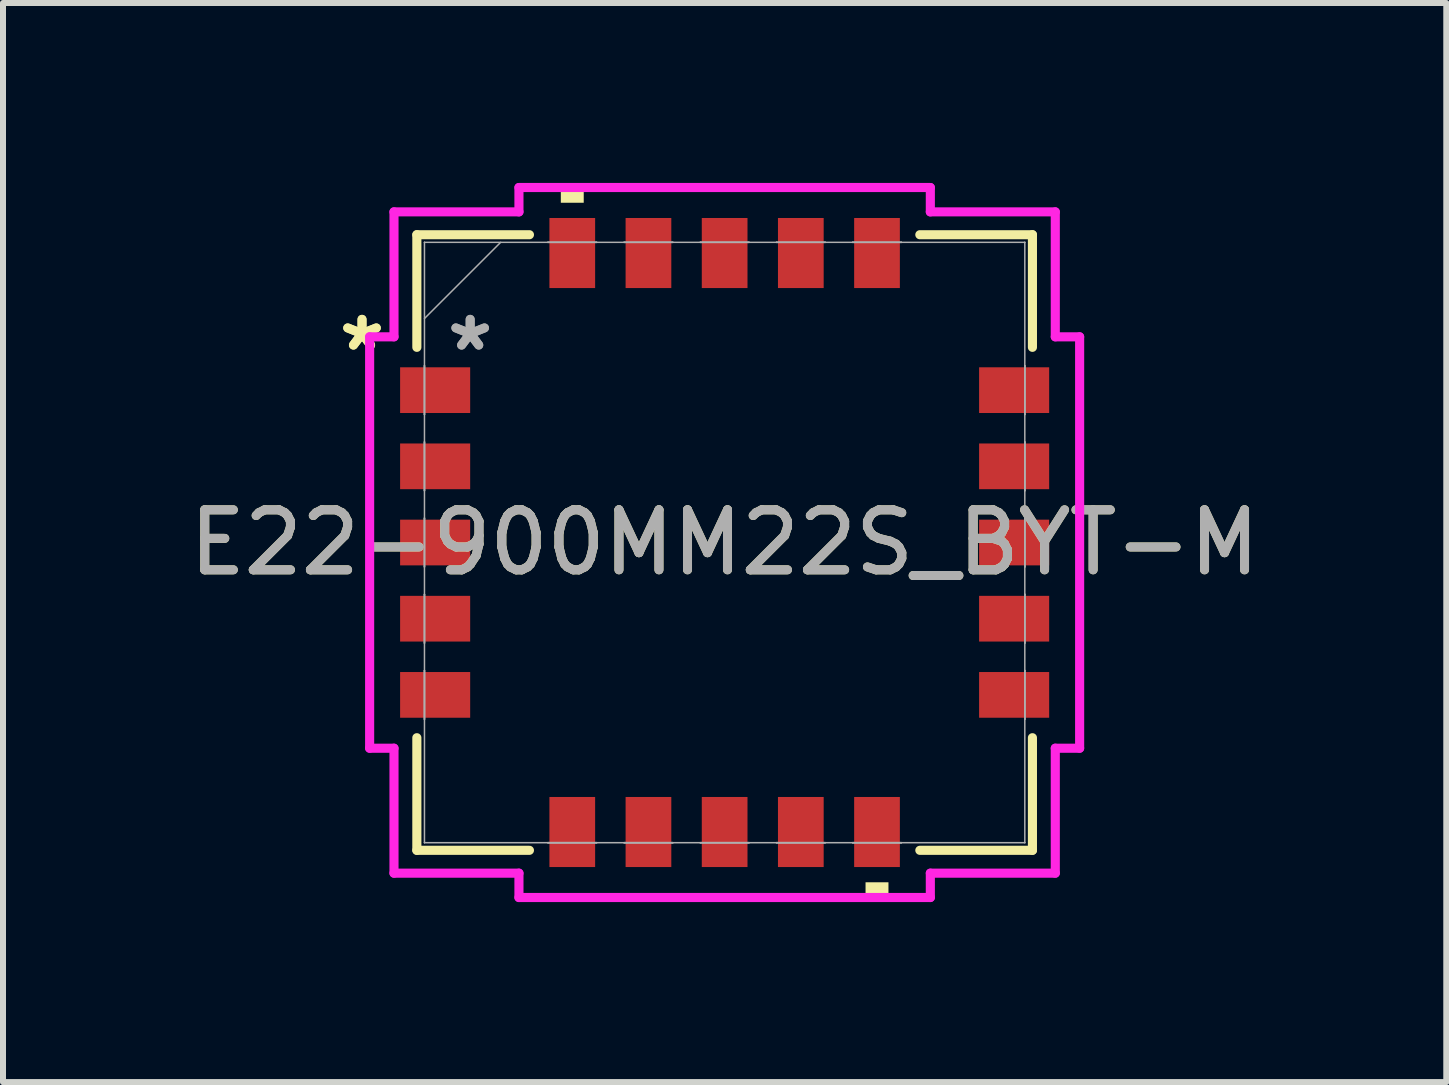
<source format=kicad_pcb>
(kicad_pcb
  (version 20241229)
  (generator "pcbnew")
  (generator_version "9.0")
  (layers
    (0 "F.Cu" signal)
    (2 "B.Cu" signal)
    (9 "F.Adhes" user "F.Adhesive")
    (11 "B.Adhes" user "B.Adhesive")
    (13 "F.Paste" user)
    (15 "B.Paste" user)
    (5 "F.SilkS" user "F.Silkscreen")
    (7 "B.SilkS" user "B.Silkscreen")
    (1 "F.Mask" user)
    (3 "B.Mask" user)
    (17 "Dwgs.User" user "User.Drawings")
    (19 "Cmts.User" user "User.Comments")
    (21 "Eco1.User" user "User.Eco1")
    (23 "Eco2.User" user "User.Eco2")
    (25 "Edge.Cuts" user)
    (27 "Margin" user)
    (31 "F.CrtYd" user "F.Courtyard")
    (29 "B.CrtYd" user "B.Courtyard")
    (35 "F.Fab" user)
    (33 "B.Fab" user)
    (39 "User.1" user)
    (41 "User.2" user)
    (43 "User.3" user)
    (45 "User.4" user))
  (footprint "E22-900MM22S_BYT-M"
    (layer "F.Cu")
    (at 9.03 5.994)
    (property "Reference" "E22-900MM22S_BYT-M" (at 0 0 0) (unlocked yes) (layer "F.SilkS") (effects (font (size 1 1) (thickness 0.15))))
    (attr smd)
    (fp_line (start -5.131 -5.131) (end -5.131 -3.254) (stroke (width 0.152) (type solid)) (layer "F.SilkS"))
    (fp_line (start -5.131 3.254) (end -5.131 5.131) (stroke (width 0.152) (type solid)) (layer "F.SilkS"))
    (fp_line (start -5.131 5.131) (end -3.254 5.131) (stroke (width 0.152) (type solid)) (layer "F.SilkS"))
    (fp_line (start -3.254 -5.131) (end -5.131 -5.131) (stroke (width 0.152) (type solid)) (layer "F.SilkS"))
    (fp_line (start 3.254 5.131) (end 5.131 5.131) (stroke (width 0.152) (type solid)) (layer "F.SilkS"))
    (fp_line (start 5.131 -5.131) (end 3.254 -5.131) (stroke (width 0.152) (type solid)) (layer "F.SilkS"))
    (fp_line (start 5.131 -3.254) (end 5.131 -5.131) (stroke (width 0.152) (type solid)) (layer "F.SilkS"))
    (fp_line (start 5.131 5.131) (end 5.131 3.254) (stroke (width 0.152) (type solid)) (layer "F.SilkS"))
    (fp_poly (pts (xy -2.731 -5.664) (xy -2.731 -5.918) (xy -2.349 -5.918) (xy -2.349 -5.664)) (stroke (width 0) (type solid)) (fill yes) (layer "F.SilkS"))
    (fp_poly (pts (xy 2.349 5.664) (xy 2.349 5.918) (xy 2.731 5.918) (xy 2.731 5.664)) (stroke (width 0) (type solid)) (fill yes) (layer "F.SilkS"))
    (fp_line (start -5.918 -3.429) (end -5.512 -3.429) (stroke (width 0.152) (type solid)) (layer "F.CrtYd"))
    (fp_line (start -5.918 3.429) (end -5.918 -3.429) (stroke (width 0.152) (type solid)) (layer "F.CrtYd"))
    (fp_line (start -5.512 -5.512) (end -3.429 -5.512) (stroke (width 0.152) (type solid)) (layer "F.CrtYd"))
    (fp_line (start -5.512 -3.429) (end -5.512 -5.512) (stroke (width 0.152) (type solid)) (layer "F.CrtYd"))
    (fp_line (start -5.512 3.429) (end -5.918 3.429) (stroke (width 0.152) (type solid)) (layer "F.CrtYd"))
    (fp_line (start -5.512 5.512) (end -5.512 3.429) (stroke (width 0.152) (type solid)) (layer "F.CrtYd"))
    (fp_line (start -3.429 -5.918) (end 3.429 -5.918) (stroke (width 0.152) (type solid)) (layer "F.CrtYd"))
    (fp_line (start -3.429 -5.512) (end -3.429 -5.918) (stroke (width 0.152) (type solid)) (layer "F.CrtYd"))
    (fp_line (start -3.429 5.512) (end -5.512 5.512) (stroke (width 0.152) (type solid)) (layer "F.CrtYd"))
    (fp_line (start -3.429 5.918) (end -3.429 5.512) (stroke (width 0.152) (type solid)) (layer "F.CrtYd"))
    (fp_line (start 3.429 -5.918) (end 3.429 -5.512) (stroke (width 0.152) (type solid)) (layer "F.CrtYd"))
    (fp_line (start 3.429 -5.512) (end 5.512 -5.512) (stroke (width 0.152) (type solid)) (layer "F.CrtYd"))
    (fp_line (start 3.429 5.512) (end 3.429 5.918) (stroke (width 0.152) (type solid)) (layer "F.CrtYd"))
    (fp_line (start 3.429 5.918) (end -3.429 5.918) (stroke (width 0.152) (type solid)) (layer "F.CrtYd"))
    (fp_line (start 5.512 -5.512) (end 5.512 -3.429) (stroke (width 0.152) (type solid)) (layer "F.CrtYd"))
    (fp_line (start 5.512 -3.429) (end 5.918 -3.429) (stroke (width 0.152) (type solid)) (layer "F.CrtYd"))
    (fp_line (start 5.512 3.429) (end 5.512 5.512) (stroke (width 0.152) (type solid)) (layer "F.CrtYd"))
    (fp_line (start 5.512 5.512) (end 3.429 5.512) (stroke (width 0.152) (type solid)) (layer "F.CrtYd"))
    (fp_line (start 5.918 -3.429) (end 5.918 3.429) (stroke (width 0.152) (type solid)) (layer "F.CrtYd"))
    (fp_line (start 5.918 3.429) (end 5.512 3.429) (stroke (width 0.152) (type solid)) (layer "F.CrtYd"))
    (fp_line (start -5.004 -5.004) (end -5.004 -5.004) (stroke (width 0.025) (type solid)) (layer "F.Fab"))
    (fp_line (start -5.004 -5.004) (end -5.004 5.004) (stroke (width 0.025) (type solid)) (layer "F.Fab"))
    (fp_line (start -5.004 -3.734) (end -3.734 -5.004) (stroke (width 0.025) (type solid)) (layer "F.Fab"))
    (fp_line (start -5.004 -2.946) (end -5.004 -2.946) (stroke (width 0.025) (type solid)) (layer "F.Fab"))
    (fp_line (start -5.004 -2.946) (end -5.004 -2.134) (stroke (width 0.025) (type solid)) (layer "F.Fab"))
    (fp_line (start -5.004 -2.134) (end -5.004 -2.946) (stroke (width 0.025) (type solid)) (layer "F.Fab"))
    (fp_line (start -5.004 -2.134) (end -5.004 -2.134) (stroke (width 0.025) (type solid)) (layer "F.Fab"))
    (fp_line (start -5.004 -1.676) (end -5.004 -1.676) (stroke (width 0.025) (type solid)) (layer "F.Fab"))
    (fp_line (start -5.004 -1.676) (end -5.004 -0.864) (stroke (width 0.025) (type solid)) (layer "F.Fab"))
    (fp_line (start -5.004 -0.864) (end -5.004 -1.676) (stroke (width 0.025) (type solid)) (layer "F.Fab"))
    (fp_line (start -5.004 -0.864) (end -5.004 -0.864) (stroke (width 0.025) (type solid)) (layer "F.Fab"))
    (fp_line (start -5.004 -0.406) (end -5.004 -0.406) (stroke (width 0.025) (type solid)) (layer "F.Fab"))
    (fp_line (start -5.004 -0.406) (end -5.004 0.406) (stroke (width 0.025) (type solid)) (layer "F.Fab"))
    (fp_line (start -5.004 0.406) (end -5.004 -0.406) (stroke (width 0.025) (type solid)) (layer "F.Fab"))
    (fp_line (start -5.004 0.406) (end -5.004 0.406) (stroke (width 0.025) (type solid)) (layer "F.Fab"))
    (fp_line (start -5.004 0.864) (end -5.004 0.864) (stroke (width 0.025) (type solid)) (layer "F.Fab"))
    (fp_line (start -5.004 0.864) (end -5.004 1.676) (stroke (width 0.025) (type solid)) (layer "F.Fab"))
    (fp_line (start -5.004 1.676) (end -5.004 0.864) (stroke (width 0.025) (type solid)) (layer "F.Fab"))
    (fp_line (start -5.004 1.676) (end -5.004 1.676) (stroke (width 0.025) (type solid)) (layer "F.Fab"))
    (fp_line (start -5.004 2.134) (end -5.004 2.134) (stroke (width 0.025) (type solid)) (layer "F.Fab"))
    (fp_line (start -5.004 2.134) (end -5.004 2.946) (stroke (width 0.025) (type solid)) (layer "F.Fab"))
    (fp_line (start -5.004 2.946) (end -5.004 2.134) (stroke (width 0.025) (type solid)) (layer "F.Fab"))
    (fp_line (start -5.004 2.946) (end -5.004 2.946) (stroke (width 0.025) (type solid)) (layer "F.Fab"))
    (fp_line (start -5.004 5.004) (end -5.004 5.004) (stroke (width 0.025) (type solid)) (layer "F.Fab"))
    (fp_line (start -5.004 5.004) (end 5.004 5.004) (stroke (width 0.025) (type solid)) (layer "F.Fab"))
    (fp_line (start -2.946 -5.004) (end -2.946 -5.004) (stroke (width 0.025) (type solid)) (layer "F.Fab"))
    (fp_line (start -2.946 -5.004) (end -2.134 -5.004) (stroke (width 0.025) (type solid)) (layer "F.Fab"))
    (fp_line (start -2.946 5.004) (end -2.946 5.004) (stroke (width 0.025) (type solid)) (layer "F.Fab"))
    (fp_line (start -2.946 5.004) (end -2.134 5.004) (stroke (width 0.025) (type solid)) (layer "F.Fab"))
    (fp_line (start -2.134 -5.004) (end -2.946 -5.004) (stroke (width 0.025) (type solid)) (layer "F.Fab"))
    (fp_line (start -2.134 -5.004) (end -2.134 -5.004) (stroke (width 0.025) (type solid)) (layer "F.Fab"))
    (fp_line (start -2.134 5.004) (end -2.946 5.004) (stroke (width 0.025) (type solid)) (layer "F.Fab"))
    (fp_line (start -2.134 5.004) (end -2.134 5.004) (stroke (width 0.025) (type solid)) (layer "F.Fab"))
    (fp_line (start -1.676 -5.004) (end -1.676 -5.004) (stroke (width 0.025) (type solid)) (layer "F.Fab"))
    (fp_line (start -1.676 -5.004) (end -0.864 -5.004) (stroke (width 0.025) (type solid)) (layer "F.Fab"))
    (fp_line (start -1.676 5.004) (end -1.676 5.004) (stroke (width 0.025) (type solid)) (layer "F.Fab"))
    (fp_line (start -1.676 5.004) (end -0.864 5.004) (stroke (width 0.025) (type solid)) (layer "F.Fab"))
    (fp_line (start -0.864 -5.004) (end -1.676 -5.004) (stroke (width 0.025) (type solid)) (layer "F.Fab"))
    (fp_line (start -0.864 -5.004) (end -0.864 -5.004) (stroke (width 0.025) (type solid)) (layer "F.Fab"))
    (fp_line (start -0.864 5.004) (end -1.676 5.004) (stroke (width 0.025) (type solid)) (layer "F.Fab"))
    (fp_line (start -0.864 5.004) (end -0.864 5.004) (stroke (width 0.025) (type solid)) (layer "F.Fab"))
    (fp_line (start -0.406 -5.004) (end -0.406 -5.004) (stroke (width 0.025) (type solid)) (layer "F.Fab"))
    (fp_line (start -0.406 -5.004) (end 0.406 -5.004) (stroke (width 0.025) (type solid)) (layer "F.Fab"))
    (fp_line (start -0.406 5.004) (end -0.406 5.004) (stroke (width 0.025) (type solid)) (layer "F.Fab"))
    (fp_line (start -0.406 5.004) (end 0.406 5.004) (stroke (width 0.025) (type solid)) (layer "F.Fab"))
    (fp_line (start 0.406 -5.004) (end -0.406 -5.004) (stroke (width 0.025) (type solid)) (layer "F.Fab"))
    (fp_line (start 0.406 -5.004) (end 0.406 -5.004) (stroke (width 0.025) (type solid)) (layer "F.Fab"))
    (fp_line (start 0.406 5.004) (end -0.406 5.004) (stroke (width 0.025) (type solid)) (layer "F.Fab"))
    (fp_line (start 0.406 5.004) (end 0.406 5.004) (stroke (width 0.025) (type solid)) (layer "F.Fab"))
    (fp_line (start 0.864 -5.004) (end 0.864 -5.004) (stroke (width 0.025) (type solid)) (layer "F.Fab"))
    (fp_line (start 0.864 -5.004) (end 1.676 -5.004) (stroke (width 0.025) (type solid)) (layer "F.Fab"))
    (fp_line (start 0.864 5.004) (end 0.864 5.004) (stroke (width 0.025) (type solid)) (layer "F.Fab"))
    (fp_line (start 0.864 5.004) (end 1.676 5.004) (stroke (width 0.025) (type solid)) (layer "F.Fab"))
    (fp_line (start 1.676 -5.004) (end 0.864 -5.004) (stroke (width 0.025) (type solid)) (layer "F.Fab"))
    (fp_line (start 1.676 -5.004) (end 1.676 -5.004) (stroke (width 0.025) (type solid)) (layer "F.Fab"))
    (fp_line (start 1.676 5.004) (end 0.864 5.004) (stroke (width 0.025) (type solid)) (layer "F.Fab"))
    (fp_line (start 1.676 5.004) (end 1.676 5.004) (stroke (width 0.025) (type solid)) (layer "F.Fab"))
    (fp_line (start 2.134 -5.004) (end 2.134 -5.004) (stroke (width 0.025) (type solid)) (layer "F.Fab"))
    (fp_line (start 2.134 -5.004) (end 2.946 -5.004) (stroke (width 0.025) (type solid)) (layer "F.Fab"))
    (fp_line (start 2.134 5.004) (end 2.134 5.004) (stroke (width 0.025) (type solid)) (layer "F.Fab"))
    (fp_line (start 2.134 5.004) (end 2.946 5.004) (stroke (width 0.025) (type solid)) (layer "F.Fab"))
    (fp_line (start 2.946 -5.004) (end 2.134 -5.004) (stroke (width 0.025) (type solid)) (layer "F.Fab"))
    (fp_line (start 2.946 -5.004) (end 2.946 -5.004) (stroke (width 0.025) (type solid)) (layer "F.Fab"))
    (fp_line (start 2.946 5.004) (end 2.134 5.004) (stroke (width 0.025) (type solid)) (layer "F.Fab"))
    (fp_line (start 2.946 5.004) (end 2.946 5.004) (stroke (width 0.025) (type solid)) (layer "F.Fab"))
    (fp_line (start 5.004 -5.004) (end -5.004 -5.004) (stroke (width 0.025) (type solid)) (layer "F.Fab"))
    (fp_line (start 5.004 -5.004) (end 5.004 -5.004) (stroke (width 0.025) (type solid)) (layer "F.Fab"))
    (fp_line (start 5.004 -2.946) (end 5.004 -2.946) (stroke (width 0.025) (type solid)) (layer "F.Fab"))
    (fp_line (start 5.004 -2.946) (end 5.004 -2.134) (stroke (width 0.025) (type solid)) (layer "F.Fab"))
    (fp_line (start 5.004 -2.134) (end 5.004 -2.946) (stroke (width 0.025) (type solid)) (layer "F.Fab"))
    (fp_line (start 5.004 -2.134) (end 5.004 -2.134) (stroke (width 0.025) (type solid)) (layer "F.Fab"))
    (fp_line (start 5.004 -1.676) (end 5.004 -1.676) (stroke (width 0.025) (type solid)) (layer "F.Fab"))
    (fp_line (start 5.004 -1.676) (end 5.004 -0.864) (stroke (width 0.025) (type solid)) (layer "F.Fab"))
    (fp_line (start 5.004 -0.864) (end 5.004 -1.676) (stroke (width 0.025) (type solid)) (layer "F.Fab"))
    (fp_line (start 5.004 -0.864) (end 5.004 -0.864) (stroke (width 0.025) (type solid)) (layer "F.Fab"))
    (fp_line (start 5.004 -0.406) (end 5.004 -0.406) (stroke (width 0.025) (type solid)) (layer "F.Fab"))
    (fp_line (start 5.004 -0.406) (end 5.004 0.406) (stroke (width 0.025) (type solid)) (layer "F.Fab"))
    (fp_line (start 5.004 0.406) (end 5.004 -0.406) (stroke (width 0.025) (type solid)) (layer "F.Fab"))
    (fp_line (start 5.004 0.406) (end 5.004 0.406) (stroke (width 0.025) (type solid)) (layer "F.Fab"))
    (fp_line (start 5.004 0.864) (end 5.004 0.864) (stroke (width 0.025) (type solid)) (layer "F.Fab"))
    (fp_line (start 5.004 0.864) (end 5.004 1.676) (stroke (width 0.025) (type solid)) (layer "F.Fab"))
    (fp_line (start 5.004 1.676) (end 5.004 0.864) (stroke (width 0.025) (type solid)) (layer "F.Fab"))
    (fp_line (start 5.004 1.676) (end 5.004 1.676) (stroke (width 0.025) (type solid)) (layer "F.Fab"))
    (fp_line (start 5.004 2.134) (end 5.004 2.134) (stroke (width 0.025) (type solid)) (layer "F.Fab"))
    (fp_line (start 5.004 2.134) (end 5.004 2.946) (stroke (width 0.025) (type solid)) (layer "F.Fab"))
    (fp_line (start 5.004 2.946) (end 5.004 2.134) (stroke (width 0.025) (type solid)) (layer "F.Fab"))
    (fp_line (start 5.004 2.946) (end 5.004 2.946) (stroke (width 0.025) (type solid)) (layer "F.Fab"))
    (fp_line (start 5.004 5.004) (end 5.004 -5.004) (stroke (width 0.025) (type solid)) (layer "F.Fab"))
    (fp_line (start 5.004 5.004) (end 5.004 5.004) (stroke (width 0.025) (type solid)) (layer "F.Fab"))
    (fp_text user "*" (at -6.045 -3.175 0) (layer "F.SilkS") (effects (font (size 1 1) (thickness 0.15))))
    (fp_text user "*" (at -6.045 -3.175 0) (unlocked yes) (layer "F.SilkS") (effects (font (size 1 1) (thickness 0.15))))
    (fp_text user "${REFERENCE}" (at 0 0 0) (unlocked yes) (layer "F.Fab") (effects (font (size 1 1) (thickness 0.15))))
    (fp_text user "*" (at -4.242 -3.175 0) (layer "F.Fab") (effects (font (size 1 1) (thickness 0.15))))
    (fp_text user "*" (at -4.242 -3.175 0) (unlocked yes) (layer "F.Fab") (effects (font (size 1 1) (thickness 0.15))))
    (pad "1" smd rect (at -4.826 -2.54 90) (size 0.762 1.168) (layers "F.Cu" "F.Mask" "F.Paste"))
    (pad "2" smd rect (at -4.826 -1.27 90) (size 0.762 1.168) (layers "F.Cu" "F.Mask" "F.Paste"))
    (pad "3" smd rect (at -4.826 0 90) (size 0.762 1.168) (layers "F.Cu" "F.Mask" "F.Paste"))
    (pad "4" smd rect (at -4.826 1.27 90) (size 0.762 1.168) (layers "F.Cu" "F.Mask" "F.Paste"))
    (pad "5" smd rect (at -4.826 2.54 90) (size 0.762 1.168) (layers "F.Cu" "F.Mask" "F.Paste"))
    (pad "6" smd rect (at -2.54 4.826) (size 0.762 1.168) (layers "F.Cu" "F.Mask" "F.Paste"))
    (pad "7" smd rect (at -1.27 4.826) (size 0.762 1.168) (layers "F.Cu" "F.Mask" "F.Paste"))
    (pad "8" smd rect (at 0 4.826) (size 0.762 1.168) (layers "F.Cu" "F.Mask" "F.Paste"))
    (pad "9" smd rect (at 1.27 4.826) (size 0.762 1.168) (layers "F.Cu" "F.Mask" "F.Paste"))
    (pad "10" smd rect (at 2.54 4.826) (size 0.762 1.168) (layers "F.Cu" "F.Mask" "F.Paste"))
    (pad "11" smd rect (at 4.826 2.54 90) (size 0.762 1.168) (layers "F.Cu" "F.Mask" "F.Paste"))
    (pad "12" smd rect (at 4.826 1.27 90) (size 0.762 1.168) (layers "F.Cu" "F.Mask" "F.Paste"))
    (pad "13" smd rect (at 4.826 0 90) (size 0.762 1.168) (layers "F.Cu" "F.Mask" "F.Paste"))
    (pad "14" smd rect (at 4.826 -1.27 90) (size 0.762 1.168) (layers "F.Cu" "F.Mask" "F.Paste"))
    (pad "15" smd rect (at 4.826 -2.54 90) (size 0.762 1.168) (layers "F.Cu" "F.Mask" "F.Paste"))
    (pad "16" smd rect (at 2.54 -4.826) (size 0.762 1.168) (layers "F.Cu" "F.Mask" "F.Paste"))
    (pad "17" smd rect (at 1.27 -4.826) (size 0.762 1.168) (layers "F.Cu" "F.Mask" "F.Paste"))
    (pad "18" smd rect (at 0 -4.826) (size 0.762 1.168) (layers "F.Cu" "F.Mask" "F.Paste"))
    (pad "19" smd rect (at -1.27 -4.826) (size 0.762 1.168) (layers "F.Cu" "F.Mask" "F.Paste"))
    (pad "20" smd rect (at -2.54 -4.826) (size 0.762 1.168) (layers "F.Cu" "F.Mask" "F.Paste")))
  (gr_rect
    (start -3 -3)
    (end 21.06 14.989)
    (stroke (width 0.1) (type default))
    (fill no)
    (layer "Edge.Cuts")))
</source>
